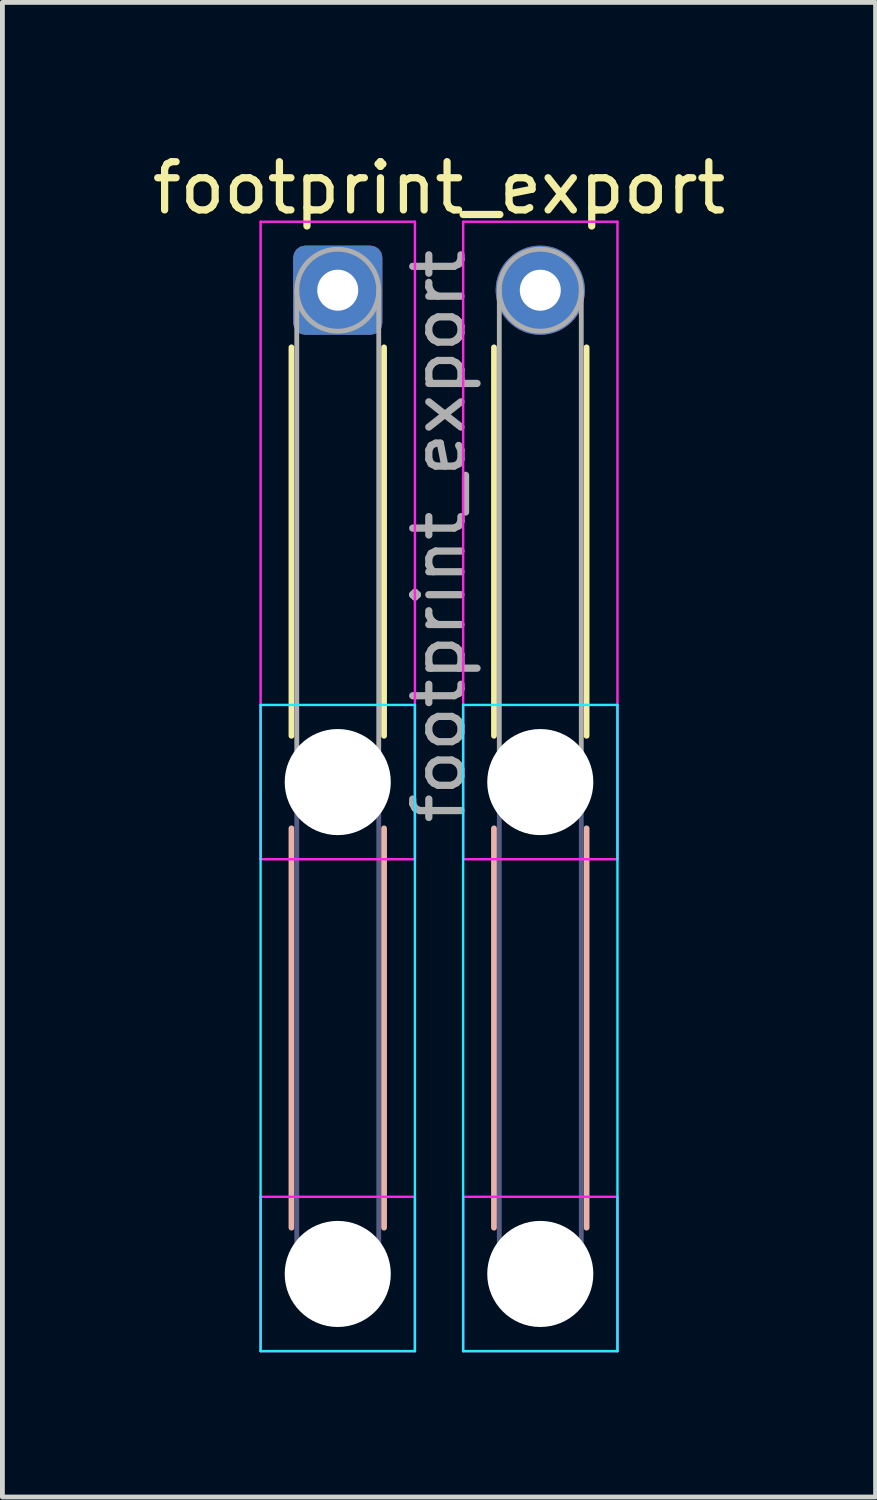
<source format=kicad_pcb>
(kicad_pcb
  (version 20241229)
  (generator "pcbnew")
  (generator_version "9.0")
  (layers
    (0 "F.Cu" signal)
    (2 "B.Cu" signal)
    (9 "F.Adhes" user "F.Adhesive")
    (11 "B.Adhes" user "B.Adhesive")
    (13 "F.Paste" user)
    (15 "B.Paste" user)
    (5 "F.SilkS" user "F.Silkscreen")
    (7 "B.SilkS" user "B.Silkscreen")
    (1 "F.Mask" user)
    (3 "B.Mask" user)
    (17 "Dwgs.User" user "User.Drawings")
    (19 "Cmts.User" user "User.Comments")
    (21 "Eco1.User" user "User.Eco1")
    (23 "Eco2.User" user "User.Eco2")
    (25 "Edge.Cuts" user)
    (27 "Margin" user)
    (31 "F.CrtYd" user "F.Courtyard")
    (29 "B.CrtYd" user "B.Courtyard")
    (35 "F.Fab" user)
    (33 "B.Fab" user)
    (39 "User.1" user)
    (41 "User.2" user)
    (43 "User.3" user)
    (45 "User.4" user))
  (footprint "footprint_export"
    (layer "F.Cu")
    (at 3.954 2.968)
    (property "Reference" "footprint_export" (at 2.1 -2.12 0) (layer "F.SilkS") (effects (font (size 1 1) (thickness 0.15))))
    (attr exclude_from_pos_files exclude_from_bom)
    (fp_line (start -0.96 1.185) (end -0.96 9.24) (stroke (width 0.12) (type solid)) (layer "F.SilkS"))
    (fp_line (start 0.96 1.185) (end 0.96 9.24) (stroke (width 0.12) (type solid)) (layer "F.SilkS"))
    (fp_line (start 3.24 1.185) (end 3.24 9.24) (stroke (width 0.12) (type solid)) (layer "F.SilkS"))
    (fp_line (start 5.16 1.185) (end 5.16 9.24) (stroke (width 0.12) (type solid)) (layer "F.SilkS"))
    (fp_line (start -0.96 11.16) (end -0.96 19.44) (stroke (width 0.12) (type solid)) (layer "B.SilkS"))
    (fp_line (start 0.96 11.16) (end 0.96 19.44) (stroke (width 0.12) (type solid)) (layer "B.SilkS"))
    (fp_line (start 3.24 11.16) (end 3.24 19.44) (stroke (width 0.12) (type solid)) (layer "B.SilkS"))
    (fp_line (start 5.16 11.16) (end 5.16 19.44) (stroke (width 0.12) (type solid)) (layer "B.SilkS"))
    (fp_line (start -1.6 8.6) (end -1.6 22) (stroke (width 0.05) (type solid)) (layer "B.CrtYd"))
    (fp_line (start -1.6 22) (end 1.6 22) (stroke (width 0.05) (type solid)) (layer "B.CrtYd"))
    (fp_line (start 1.6 8.6) (end -1.6 8.6) (stroke (width 0.05) (type solid)) (layer "B.CrtYd"))
    (fp_line (start 1.6 22) (end 1.6 8.6) (stroke (width 0.05) (type solid)) (layer "B.CrtYd"))
    (fp_line (start 2.6 8.6) (end 2.6 22) (stroke (width 0.05) (type solid)) (layer "B.CrtYd"))
    (fp_line (start 2.6 22) (end 5.8 22) (stroke (width 0.05) (type solid)) (layer "B.CrtYd"))
    (fp_line (start 5.8 8.6) (end 2.6 8.6) (stroke (width 0.05) (type solid)) (layer "B.CrtYd"))
    (fp_line (start 5.8 22) (end 5.8 8.6) (stroke (width 0.05) (type solid)) (layer "B.CrtYd"))
    (fp_line (start -1.6 -1.42) (end -1.6 11.8) (stroke (width 0.05) (type solid)) (layer "F.CrtYd"))
    (fp_line (start -1.6 11.8) (end 1.6 11.8) (stroke (width 0.05) (type solid)) (layer "F.CrtYd"))
    (fp_line (start -1.6 18.8) (end -1.6 22) (stroke (width 0.05) (type solid)) (layer "F.CrtYd"))
    (fp_line (start -1.6 22) (end 1.6 22) (stroke (width 0.05) (type solid)) (layer "F.CrtYd"))
    (fp_line (start 1.6 -1.42) (end -1.6 -1.42) (stroke (width 0.05) (type solid)) (layer "F.CrtYd"))
    (fp_line (start 1.6 11.8) (end 1.6 -1.42) (stroke (width 0.05) (type solid)) (layer "F.CrtYd"))
    (fp_line (start 1.6 18.8) (end -1.6 18.8) (stroke (width 0.05) (type solid)) (layer "F.CrtYd"))
    (fp_line (start 1.6 22) (end 1.6 18.8) (stroke (width 0.05) (type solid)) (layer "F.CrtYd"))
    (fp_line (start 2.6 -1.42) (end 2.6 11.8) (stroke (width 0.05) (type solid)) (layer "F.CrtYd"))
    (fp_line (start 2.6 11.8) (end 5.8 11.8) (stroke (width 0.05) (type solid)) (layer "F.CrtYd"))
    (fp_line (start 2.6 18.8) (end 2.6 22) (stroke (width 0.05) (type solid)) (layer "F.CrtYd"))
    (fp_line (start 2.6 22) (end 5.8 22) (stroke (width 0.05) (type solid)) (layer "F.CrtYd"))
    (fp_line (start 5.8 -1.42) (end 2.6 -1.42) (stroke (width 0.05) (type solid)) (layer "F.CrtYd"))
    (fp_line (start 5.8 11.8) (end 5.8 -1.42) (stroke (width 0.05) (type solid)) (layer "F.CrtYd"))
    (fp_line (start 5.8 18.8) (end 2.6 18.8) (stroke (width 0.05) (type solid)) (layer "F.CrtYd"))
    (fp_line (start 5.8 22) (end 5.8 18.8) (stroke (width 0.05) (type solid)) (layer "F.CrtYd"))
    (fp_line (start -0.85 10.2) (end -0.85 20.4) (stroke (width 0.1) (type solid)) (layer "B.Fab"))
    (fp_line (start 0.85 10.2) (end 0.85 20.4) (stroke (width 0.1) (type solid)) (layer "B.Fab"))
    (fp_line (start 3.35 10.2) (end 3.35 20.4) (stroke (width 0.1) (type solid)) (layer "B.Fab"))
    (fp_line (start 5.05 10.2) (end 5.05 20.4) (stroke (width 0.1) (type solid)) (layer "B.Fab"))
    (fp_circle (center 0 10.2) (end 0.85 10.2) (stroke (width 0.1) (type solid)) (fill no) (layer "B.Fab"))
    (fp_circle (center 0 20.4) (end 0.85 20.4) (stroke (width 0.1) (type solid)) (fill no) (layer "B.Fab"))
    (fp_circle (center 4.2 10.2) (end 5.05 10.2) (stroke (width 0.1) (type solid)) (fill no) (layer "B.Fab"))
    (fp_circle (center 4.2 20.4) (end 5.05 20.4) (stroke (width 0.1) (type solid)) (fill no) (layer "B.Fab"))
    (fp_line (start -0.85 0) (end -0.85 10.2) (stroke (width 0.1) (type solid)) (layer "F.Fab"))
    (fp_line (start 0.85 0) (end 0.85 10.2) (stroke (width 0.1) (type solid)) (layer "F.Fab"))
    (fp_line (start 3.35 0) (end 3.35 10.2) (stroke (width 0.1) (type solid)) (layer "F.Fab"))
    (fp_line (start 5.05 0) (end 5.05 10.2) (stroke (width 0.1) (type solid)) (layer "F.Fab"))
    (fp_circle (center 0 0) (end 0.85 0) (stroke (width 0.1) (type solid)) (fill no) (layer "F.Fab"))
    (fp_circle (center 0 10.2) (end 0.85 10.2) (stroke (width 0.1) (type solid)) (fill no) (layer "F.Fab"))
    (fp_circle (center 0 20.4) (end 0.85 20.4) (stroke (width 0.1) (type solid)) (fill no) (layer "F.Fab"))
    (fp_circle (center 4.2 0) (end 5.05 0) (stroke (width 0.1) (type solid)) (fill no) (layer "F.Fab"))
    (fp_circle (center 4.2 10.2) (end 5.05 10.2) (stroke (width 0.1) (type solid)) (fill no) (layer "F.Fab"))
    (fp_circle (center 4.2 20.4) (end 5.05 20.4) (stroke (width 0.1) (type solid)) (fill no) (layer "F.Fab"))
    (fp_text user "${REFERENCE}" (at 2.1 5.1 90) (layer "F.Fab") (effects (font (size 1 1) (thickness 0.15))))
    (pad "" np_thru_hole circle (at 0 10.2) (size 2.2 2.2) (drill 2.2) (layers "*.Cu" "*.Mask"))
    (pad "" np_thru_hole circle (at 0 20.4) (size 2.2 2.2) (drill 2.2) (layers "*.Cu" "*.Mask"))
    (pad "" np_thru_hole circle (at 4.2 10.2) (size 2.2 2.2) (drill 2.2) (layers "*.Cu" "*.Mask"))
    (pad "" np_thru_hole circle (at 4.2 20.4) (size 2.2 2.2) (drill 2.2) (layers "*.Cu" "*.Mask"))
    (pad "1" thru_hole roundrect (at 0 0) (size 1.85 1.85) (drill 0.85) (layers "*.Cu" "*.Mask") (roundrect_rratio 0.135))
    (pad "2" thru_hole circle (at 4.2 0) (size 1.85 1.85) (drill 0.85) (layers "*.Cu" "*.Mask")))
  (gr_rect
    (start -3 -3)
    (end 15.107 27.993)
    (stroke (width 0.1) (type default))
    (fill no)
    (layer "Edge.Cuts")))
</source>
